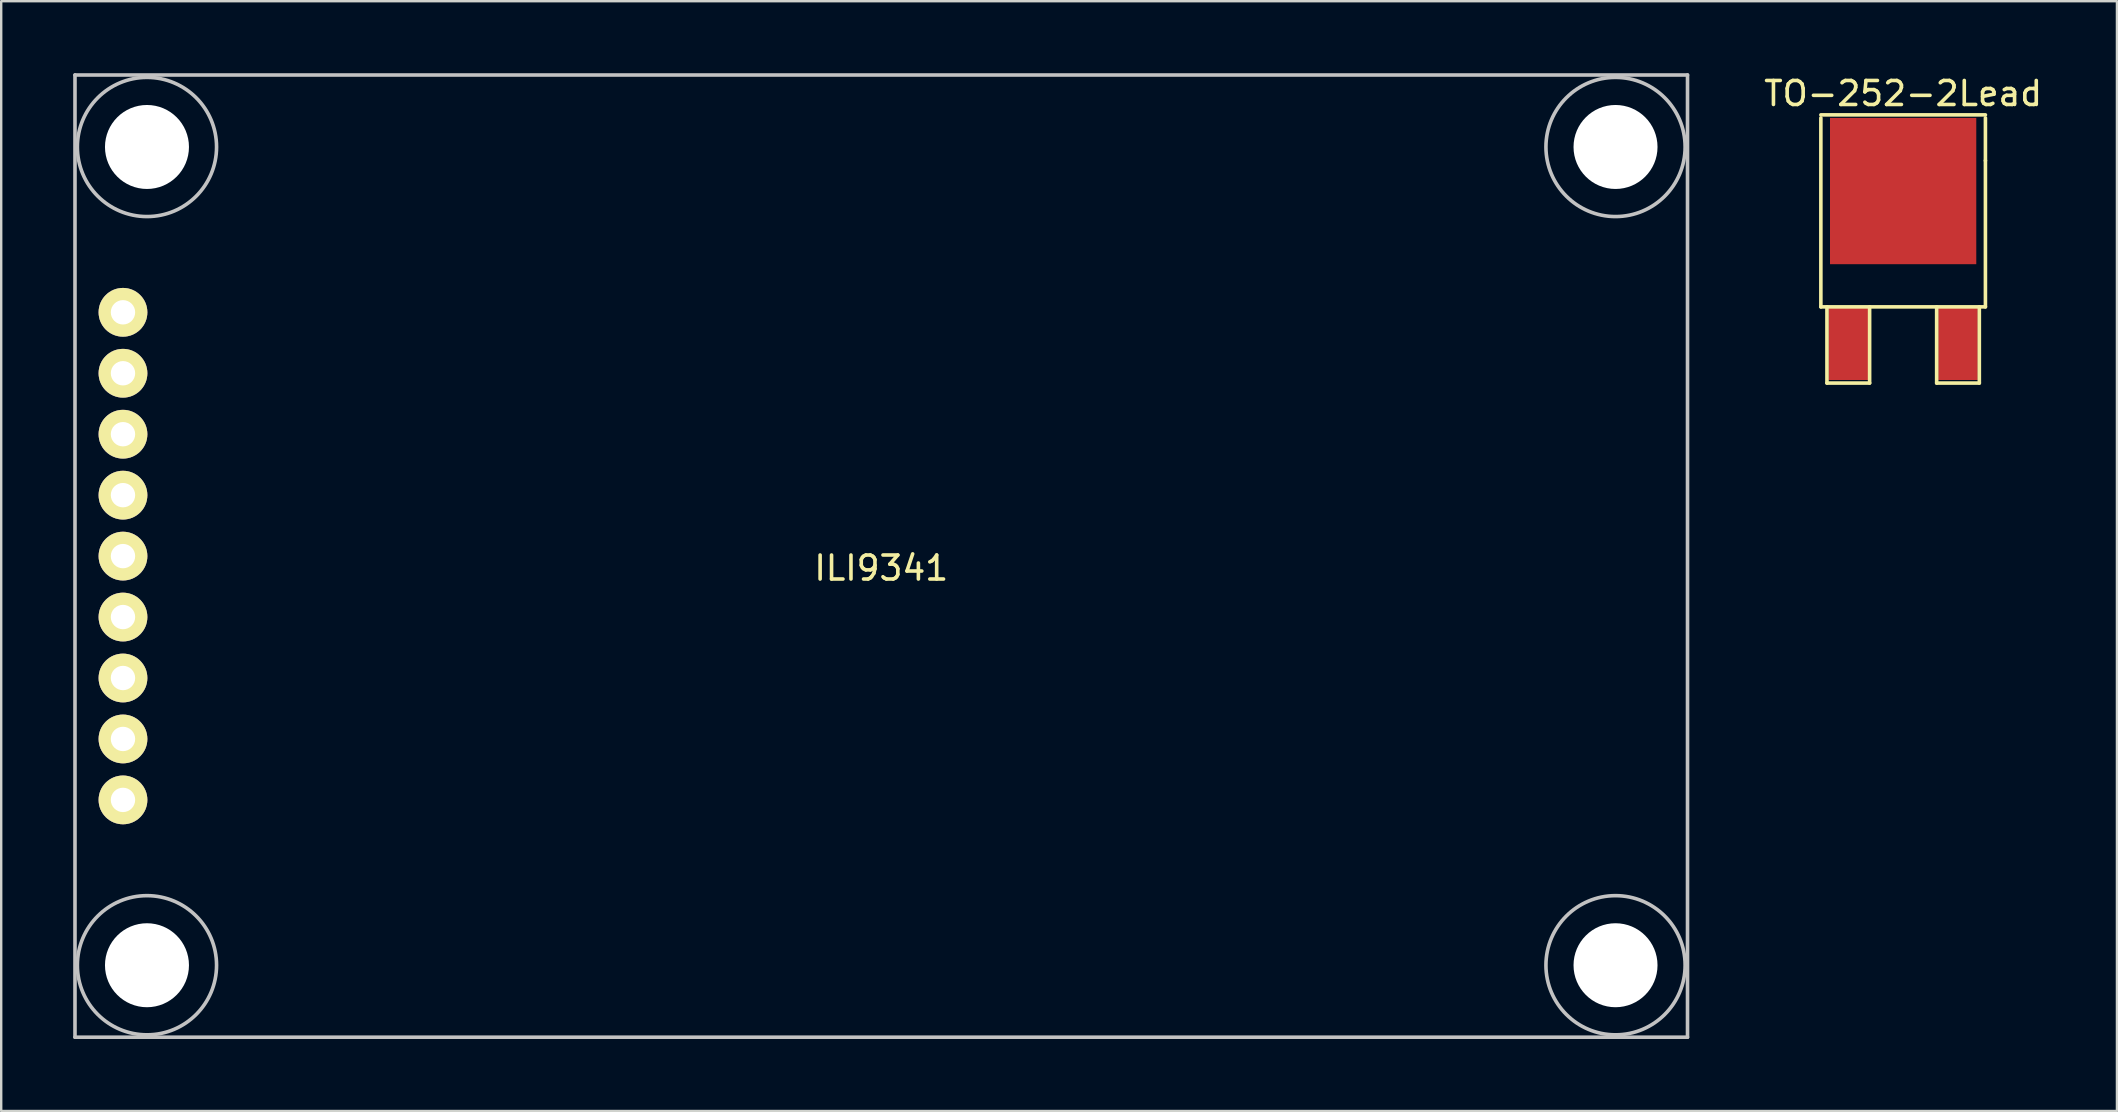
<source format=kicad_pcb>
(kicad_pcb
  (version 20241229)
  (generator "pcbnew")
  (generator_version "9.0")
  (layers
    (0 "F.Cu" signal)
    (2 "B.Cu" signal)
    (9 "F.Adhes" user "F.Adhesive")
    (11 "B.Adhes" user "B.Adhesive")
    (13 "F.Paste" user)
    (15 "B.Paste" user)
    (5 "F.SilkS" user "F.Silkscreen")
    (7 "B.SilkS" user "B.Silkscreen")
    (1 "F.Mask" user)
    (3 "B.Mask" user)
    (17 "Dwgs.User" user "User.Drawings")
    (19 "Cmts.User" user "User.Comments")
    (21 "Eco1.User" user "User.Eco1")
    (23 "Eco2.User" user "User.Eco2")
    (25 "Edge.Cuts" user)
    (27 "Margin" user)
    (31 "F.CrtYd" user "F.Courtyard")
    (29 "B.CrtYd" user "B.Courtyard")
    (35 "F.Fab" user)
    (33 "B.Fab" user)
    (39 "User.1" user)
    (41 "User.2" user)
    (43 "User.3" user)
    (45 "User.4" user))
  (footprint "TO-252-2Lead"
    (layer "F.Cu")
    (at 76.261 7.325)
    (property "Reference" "TO-252-2Lead" (at 0 -6.477 0) (layer "F.SilkS") (effects (font (size 1 1) (thickness 0.15))))
    (attr smd)
    (fp_line (start -3.429 -5.588) (end 3.429 -5.588) (stroke (width 0.15) (type solid)) (layer "F.SilkS"))
    (fp_line (start -3.429 2.413) (end -3.429 -5.461) (stroke (width 0.15) (type solid)) (layer "F.SilkS"))
    (fp_line (start -3.175 2.413) (end -3.175 5.588) (stroke (width 0.15) (type solid)) (layer "F.SilkS"))
    (fp_line (start -3.175 5.588) (end -1.397 5.588) (stroke (width 0.15) (type solid)) (layer "F.SilkS"))
    (fp_line (start -1.397 5.588) (end -1.397 2.413) (stroke (width 0.15) (type solid)) (layer "F.SilkS"))
    (fp_line (start 1.397 2.413) (end 1.397 5.588) (stroke (width 0.15) (type solid)) (layer "F.SilkS"))
    (fp_line (start 1.397 5.588) (end 3.175 5.588) (stroke (width 0.15) (type solid)) (layer "F.SilkS"))
    (fp_line (start 3.175 5.588) (end 3.175 2.413) (stroke (width 0.15) (type solid)) (layer "F.SilkS"))
    (fp_line (start 3.429 -5.461) (end 3.429 -3.683) (stroke (width 0.15) (type solid)) (layer "F.SilkS"))
    (fp_line (start 3.429 -3.683) (end 3.429 2.413) (stroke (width 0.15) (type solid)) (layer "F.SilkS"))
    (fp_line (start 3.429 2.413) (end -3.429 2.413) (stroke (width 0.15) (type solid)) (layer "F.SilkS"))
    (pad "1" smd rect (at -2.286 3.937) (size 1.651 3.048) (layers "F.Cu" "F.Mask" "F.Paste"))
    (pad "2" smd rect (at 0 -2.413) (size 6.096 6.096) (layers "F.Cu" "F.Mask" "F.Paste"))
    (pad "3" smd rect (at 2.286 3.937) (size 1.651 3.048) (layers "F.Cu" "F.Mask" "F.Paste")))
  (footprint "ILI9341"
    (layer "F.Cu")
    (at 2.075 20.125)
    (property "Reference" "ILI9341" (at 31.6 0.5 0) (layer "F.SilkS") (effects (font (size 1 1) (thickness 0.15))))
    (attr through_hole)
    (fp_line (start -2 -20.05) (end -2 20.05) (stroke (width 0.15) (type solid)) (layer "Dwgs.User"))
    (fp_line (start -2 -20.05) (end 65.2 -20.05) (stroke (width 0.15) (type solid)) (layer "Dwgs.User"))
    (fp_line (start -2 20.05) (end 65.2 20.05) (stroke (width 0.15) (type solid)) (layer "Dwgs.User"))
    (fp_line (start 65.2 -20.05) (end 65.2 20.05) (stroke (width 0.15) (type solid)) (layer "Dwgs.User"))
    (fp_circle (center 1 -17.05) (end 1 -19.95) (stroke (width 0.15) (type solid)) (fill no) (layer "Dwgs.User"))
    (fp_circle (center 1 17.05) (end 1 19.95) (stroke (width 0.15) (type solid)) (fill no) (layer "Dwgs.User"))
    (fp_circle (center 62.2 -17.05) (end 62.2 -19.95) (stroke (width 0.15) (type solid)) (fill no) (layer "Dwgs.User"))
    (fp_circle (center 62.2 17.05) (end 62.2 19.95) (stroke (width 0.15) (type solid)) (fill no) (layer "Dwgs.User"))
    (pad "" np_thru_hole circle (at 1 -17.05) (size 3.5 3.5) (drill 3.5) (layers "*.Cu"))
    (pad "" np_thru_hole circle (at 1 17.05) (size 3.5 3.5) (drill 3.5) (layers "*.Cu"))
    (pad "" np_thru_hole circle (at 62.2 -17.05) (size 3.5 3.5) (drill 3.5) (layers "*.Cu"))
    (pad "" np_thru_hole circle (at 62.2 17.05) (size 3.5 3.5) (drill 3.5) (layers "*.Cu"))
    (pad "1" thru_hole circle (at 0 -10.16) (size 2.032 2.032) (drill 1.016) (layers "*.Cu" "*.Mask" "F.SilkS"))
    (pad "2" thru_hole circle (at 0 -7.62) (size 2.032 2.032) (drill 1.016) (layers "*.Cu" "*.Mask" "F.SilkS"))
    (pad "3" thru_hole circle (at 0 -5.08) (size 2.032 2.032) (drill 1.016) (layers "*.Cu" "*.Mask" "F.SilkS"))
    (pad "4" thru_hole circle (at 0 -2.54) (size 2.032 2.032) (drill 1.016) (layers "*.Cu" "*.Mask" "F.SilkS"))
    (pad "5" thru_hole circle (at 0 0) (size 2.032 2.032) (drill 1.016) (layers "*.Cu" "*.Mask" "F.SilkS"))
    (pad "6" thru_hole circle (at 0 2.54) (size 2.032 2.032) (drill 1.016) (layers "*.Cu" "*.Mask" "F.SilkS"))
    (pad "7" thru_hole circle (at 0 5.08) (size 2.032 2.032) (drill 1.016) (layers "*.Cu" "*.Mask" "F.SilkS"))
    (pad "8" thru_hole circle (at 0 7.62) (size 2.032 2.032) (drill 1.016) (layers "*.Cu" "*.Mask" "F.SilkS"))
    (pad "9" thru_hole circle (at 0 10.16) (size 2.032 2.032) (drill 1.016) (layers "*.Cu" "*.Mask" "F.SilkS")))
  (gr_rect
    (start -3 -3)
    (end 85.171 43.25)
    (stroke (width 0.1) (type default))
    (fill no)
    (layer "Edge.Cuts")))
</source>
